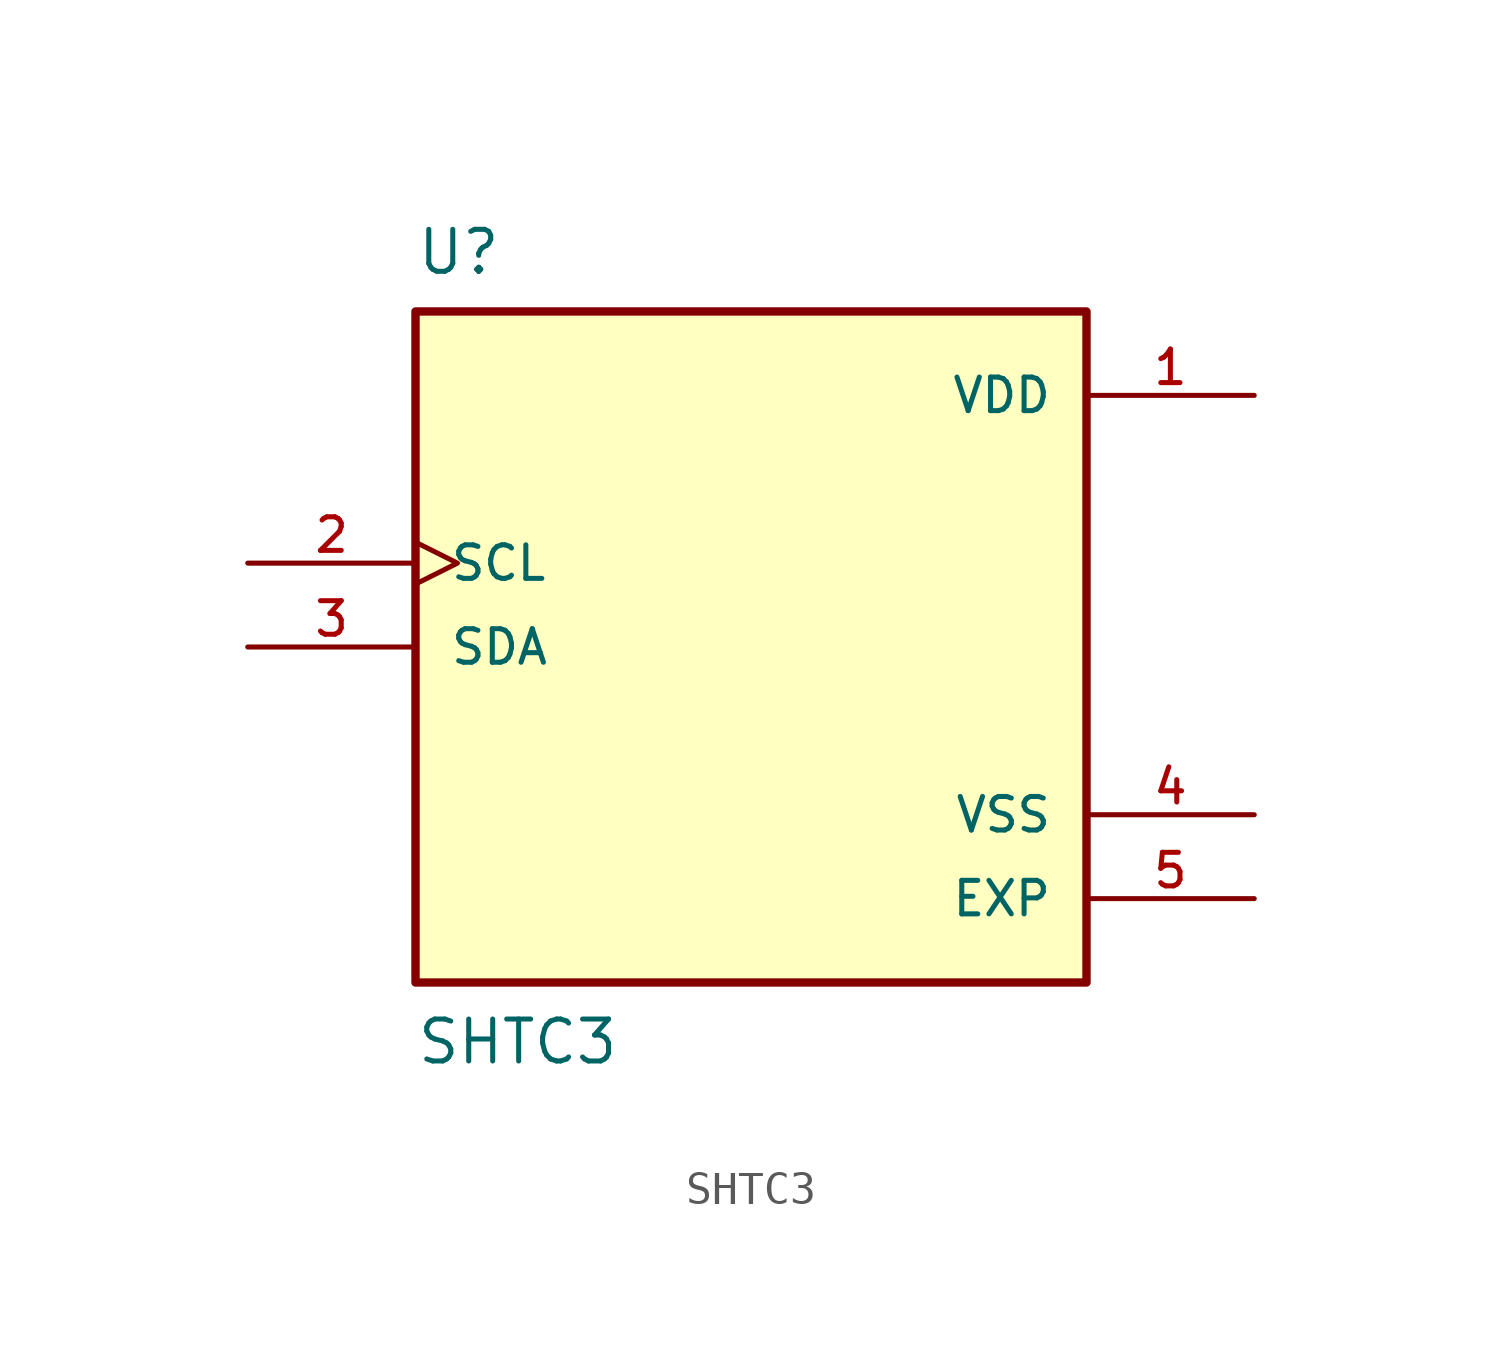
<source format=kicad_sym>
(kicad_symbol_lib
  (version 20211014)
  (generator kicad_symbol_editor)
  (symbol "SHTC3"
    (pin_names
      (offset 1.016))
    (property "Reference" "U"
      (at -10.16 12.7 0)
      (effects (font (size 1.27 1.27)) (justify top left)))
    (property "Value" "SHTC3"
      (at -10.16 -12.7 0)
      (effects (font (size 1.27 1.27)) (justify bottom left)))
    (symbol "SHTC3_0_0"
      (rectangle (start -10.16 -10.16) (end 10.16 10.16) (stroke (width 0.254)) (fill (type background)))
      (pin power_in line (at 15.24 7.62 180.0) (length 5.08) (name "VDD" (effects (font (size 1.016 1.016)))) (number "1" (effects (font (size 1.016 1.016)))))
      (pin power_in line (at 15.24 -5.08 180.0) (length 5.08) (name "VSS" (effects (font (size 1.016 1.016)))) (number "4" (effects (font (size 1.016 1.016)))))
      (pin bidirectional clock (at -15.24 2.54 0) (length 5.08) (name "SCL" (effects (font (size 1.016 1.016)))) (number "2" (effects (font (size 1.016 1.016)))))
      (pin bidirectional line (at -15.24 0.0 0) (length 5.08) (name "SDA" (effects (font (size 1.016 1.016)))) (number "3" (effects (font (size 1.016 1.016)))))
      (pin power_in line (at 15.24 -7.62 180.0) (length 5.08) (name "EXP" (effects (font (size 1.016 1.016)))) (number "5" (effects (font (size 1.016 1.016))))))))
</source>
